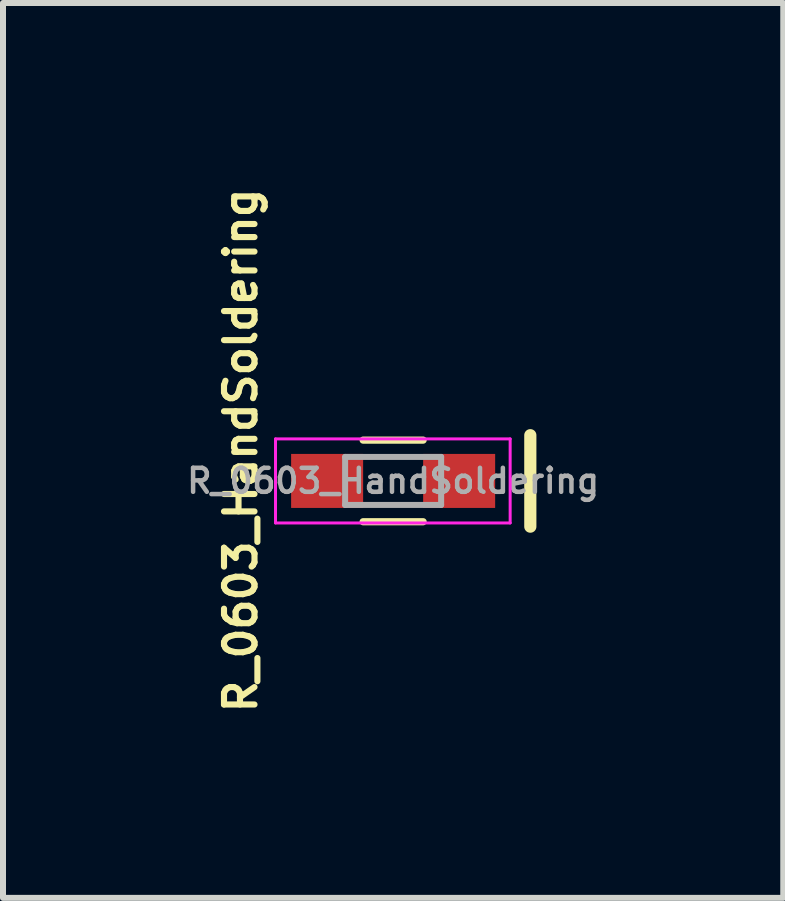
<source format=kicad_pcb>
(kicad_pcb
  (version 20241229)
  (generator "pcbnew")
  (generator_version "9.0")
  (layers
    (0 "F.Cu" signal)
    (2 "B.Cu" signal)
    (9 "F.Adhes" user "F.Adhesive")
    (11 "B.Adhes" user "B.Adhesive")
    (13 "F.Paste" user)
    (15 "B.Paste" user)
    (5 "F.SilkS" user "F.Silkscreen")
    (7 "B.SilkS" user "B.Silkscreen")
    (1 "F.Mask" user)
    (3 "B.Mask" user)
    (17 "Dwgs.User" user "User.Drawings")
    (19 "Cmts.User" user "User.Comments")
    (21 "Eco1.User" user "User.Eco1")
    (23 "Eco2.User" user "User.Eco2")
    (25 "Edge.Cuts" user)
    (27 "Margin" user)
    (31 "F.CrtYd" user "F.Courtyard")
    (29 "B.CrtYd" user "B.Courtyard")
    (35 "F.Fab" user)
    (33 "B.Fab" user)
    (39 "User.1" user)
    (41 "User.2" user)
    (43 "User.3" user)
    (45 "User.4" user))
  (footprint "R_0603_HandSoldering"
    (layer "F.Cu")
    (at 3.501 4.964)
    (property "Reference" "R_0603_HandSoldering" (at -2.54 -0.508 90) (layer "F.SilkS") (effects (font (size 0.508 0.508) (thickness 0.102))))
    (attr smd)
    (fp_line (start -0.5 -0.68) (end 0.5 -0.68) (stroke (width 0.12) (type solid)) (layer "F.SilkS"))
    (fp_line (start 0.5 0.68) (end -0.5 0.68) (stroke (width 0.12) (type solid)) (layer "F.SilkS"))
    (fp_line (start 2.286 -0.762) (end 2.286 0.762) (stroke (width 0.203) (type solid)) (layer "F.SilkS"))
    (fp_line (start -1.96 -0.7) (end -1.96 0.7) (stroke (width 0.05) (type solid)) (layer "F.CrtYd"))
    (fp_line (start -1.96 -0.7) (end 1.95 -0.7) (stroke (width 0.05) (type solid)) (layer "F.CrtYd"))
    (fp_line (start 1.95 0.7) (end -1.96 0.7) (stroke (width 0.05) (type solid)) (layer "F.CrtYd"))
    (fp_line (start 1.95 0.7) (end 1.95 -0.7) (stroke (width 0.05) (type solid)) (layer "F.CrtYd"))
    (fp_line (start -0.8 -0.4) (end 0.8 -0.4) (stroke (width 0.1) (type solid)) (layer "F.Fab"))
    (fp_line (start -0.8 0.4) (end -0.8 -0.4) (stroke (width 0.1) (type solid)) (layer "F.Fab"))
    (fp_line (start 0.8 -0.4) (end 0.8 0.4) (stroke (width 0.1) (type solid)) (layer "F.Fab"))
    (fp_line (start 0.8 0.4) (end -0.8 0.4) (stroke (width 0.1) (type solid)) (layer "F.Fab"))
    (fp_text user "${REFERENCE}" (at 0 0 0) (layer "F.Fab") (effects (font (size 0.4 0.4) (thickness 0.075))))
    (pad "1" smd rect (at -1.1 0) (size 1.2 0.9) (layers "F.Cu" "F.Mask" "F.Paste"))
    (pad "2" smd rect (at 1.1 0) (size 1.2 0.9) (layers "F.Cu" "F.Mask" "F.Paste")))
  (gr_rect
    (start -3 -3)
    (end 10.002 11.912)
    (stroke (width 0.1) (type default))
    (fill no)
    (layer "Edge.Cuts")))
</source>
